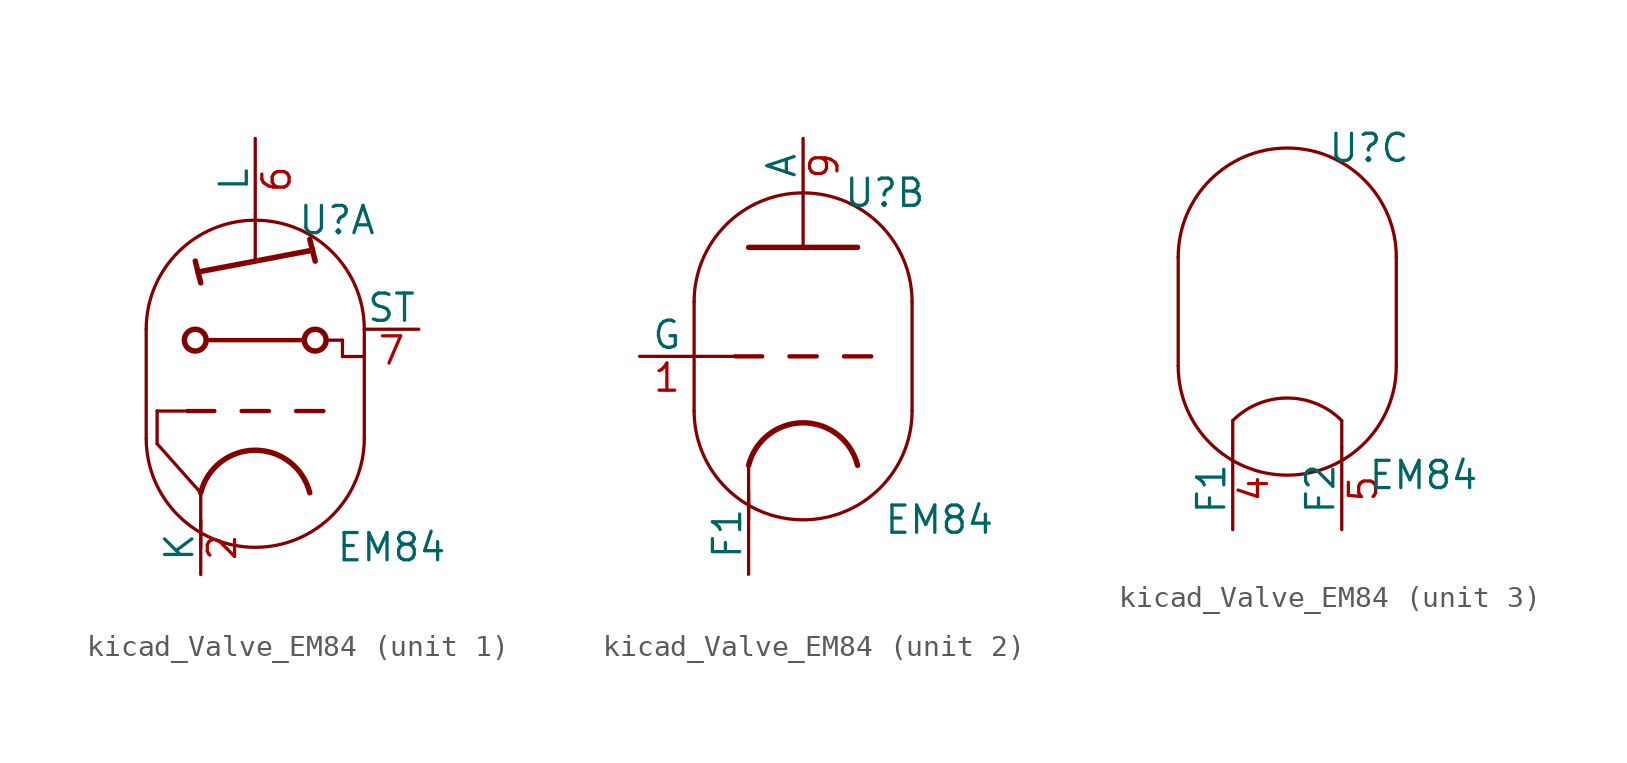
<source format=kicad_sym>
(kicad_symbol_lib
  (version 20220914)
  (generator kicad_symbol_editor)
  (symbol "kicad_Valve_EM84"
    (pin_names
      (offset 0))
    (property "Reference" "U"
      (at 3.81 7.62 0)
      (effects (font (size 1.27 1.27))))
    (property "Value" "EM84"
      (at 6.35 -7.62 0)
      (effects (font (size 1.27 1.27))))
    (property "ki_locked" ""
      (at 0 0 0)
      (effects (font (size 1.27 1.27))))
    (symbol "kicad_Valve_EM84_0_1"
      (arc (start -5.08 -2.54) (mid 0 -7.5979) (end 5.08 -2.54) (stroke (width 0) (type default)) (fill (type none)))
      (polyline (pts (xy 5.08 2.54) (xy 5.08 -2.54)) (stroke (width 0) (type default)) (fill (type none)))
      (polyline (pts (xy -5.08 2.54) (xy -5.08 -2.54) (xy -5.08 -2.54)) (stroke (width 0) (type default)) (fill (type none)))
      (arc (start 5.08 2.54) (mid 0 7.5979) (end -5.08 2.54) (stroke (width 0) (type default)) (fill (type none))))
    (symbol "kicad_Valve_EM84_1_0"
      (polyline (pts (xy -2.54 -5.08) (xy -2.54 -7.62)) (stroke (width 0) (type default)) (fill (type none))))
    (symbol "kicad_Valve_EM84_1_1"
      (circle (center -2.794 2.032) (radius 0.508) (stroke (width 0.254) (type default)) (fill (type none)))
      (polyline (pts (xy -4.572 -2.794) (xy -2.54 -5.08)) (stroke (width 0) (type default)) (fill (type none)))
      (polyline (pts (xy -4.572 -1.27) (xy -4.572 -2.794)) (stroke (width 0) (type default)) (fill (type none)))
      (polyline (pts (xy -3.302 -1.27) (xy -4.572 -1.27)) (stroke (width 0) (type default)) (fill (type none)))
      (polyline (pts (xy -2.794 5.715) (xy -2.54 4.699)) (stroke (width 0.254) (type default)) (fill (type none)))
      (polyline (pts (xy -2.286 2.032) (xy 2.286 2.032)) (stroke (width 0.203) (type default)) (fill (type none)))
      (polyline (pts (xy -1.905 -1.27) (xy -3.175 -1.27)) (stroke (width 0.203) (type default)) (fill (type none)))
      (polyline (pts (xy -0.635 -1.27) (xy 0.635 -1.27)) (stroke (width 0.203) (type default)) (fill (type none)))
      (polyline (pts (xy 1.905 -1.27) (xy 3.175 -1.27)) (stroke (width 0.203) (type default)) (fill (type none)))
      (polyline (pts (xy 2.54 6.731) (xy 2.794 5.715)) (stroke (width 0.254) (type default)) (fill (type none)))
      (polyline (pts (xy 3.302 2.032) (xy 4.064 2.032)) (stroke (width 0) (type default)) (fill (type none)))
      (polyline (pts (xy 4.064 1.27) (xy 5.08 1.27)) (stroke (width 0) (type default)) (fill (type none)))
      (polyline (pts (xy 4.064 2.032) (xy 4.064 1.27)) (stroke (width 0) (type default)) (fill (type none)))
      (polyline (pts (xy -2.667 5.207) (xy 2.667 6.223) (xy 2.667 6.223)) (stroke (width 0.254) (type default)) (fill (type none)))
      (polyline (pts (xy 0 7.62) (xy 0 5.715) (xy 0 5.715)) (stroke (width 0) (type default)) (fill (type none)))
      (arc (start 2.54 -5.08) (mid 0 -3.0968) (end -2.54 -5.08) (stroke (width 0.254) (type default)) (fill (type none)))
      (circle (center 2.794 2.032) (radius 0.508) (stroke (width 0.254) (type default)) (fill (type none)))
      (pin bidirectional line (at -2.54 -8.89 90) (length 2.54) (name "K" (effects (font (size 1.27 1.27)))) (number "2" (effects (font (size 1.27 1.27)))))
      (pin output line (at 0 11.43 270) (length 3.81) (name "L" (effects (font (size 1.27 1.27)))) (number "6" (effects (font (size 1.27 1.27)))))
      (pin input line (at 7.62 2.54 180) (length 2.54) (name "ST" (effects (font (size 1.27 1.27)))) (number "7" (effects (font (size 1.27 1.27))))))
    (symbol "kicad_Valve_EM84_2_0"
      (polyline (pts (xy -2.54 -5.08) (xy -2.54 -7.62)) (stroke (width 0) (type default)) (fill (type none)))
      (polyline (pts (xy -0.635 0) (xy 0.635 0)) (stroke (width 0.203) (type default)) (fill (type none)))
      (polyline (pts (xy 1.905 0) (xy 3.175 0)) (stroke (width 0.203) (type default)) (fill (type none))))
    (symbol "kicad_Valve_EM84_2_1"
      (polyline (pts (xy -5.08 0) (xy -3.175 0)) (stroke (width 0) (type default)) (fill (type none)))
      (polyline (pts (xy -1.905 0) (xy -3.175 0)) (stroke (width 0.203) (type default)) (fill (type none)))
      (polyline (pts (xy 0 5.08) (xy 0 7.62)) (stroke (width 0) (type default)) (fill (type none)))
      (polyline (pts (xy 1.778 5.08) (xy 1.778 5.08)) (stroke (width 0) (type default)) (fill (type none)))
      (polyline (pts (xy -2.54 5.08) (xy 2.54 5.08) (xy 2.54 5.08)) (stroke (width 0.254) (type default)) (fill (type none)))
      (arc (start 2.54 -5.08) (mid 0 -3.0968) (end -2.54 -5.08) (stroke (width 0.254) (type default)) (fill (type none)))
      (pin input line (at -7.62 0 0) (length 2.54) (name "G" (effects (font (size 1.27 1.27)))) (number "1" (effects (font (size 1.27 1.27)))))
      (pin output line (at 0 10.16 270) (length 2.54) (name "A" (effects (font (size 1.27 1.27)))) (number "9" (effects (font (size 1.27 1.27)))))
      (pin power_in line (at -2.54 -10.16 90) (length 3.81) (name "F1" (effects (font (size 1.27 1.27)))) (number "~" (effects (font (size 1.27 1.27))))))
    (symbol "kicad_Valve_EM84_3_1"
      (polyline (pts (xy -2.54 -5.08) (xy -2.54 -6.35) (xy -2.54 -6.35)) (stroke (width 0) (type default)) (fill (type none)))
      (polyline (pts (xy 2.54 -5.08) (xy 2.54 -6.35) (xy 2.54 -6.35)) (stroke (width 0) (type default)) (fill (type none)))
      (arc (start 2.54 -5.08) (mid 0 -4.0279) (end -2.54 -5.08) (stroke (width 0) (type default)) (fill (type none)))
      (pin power_in line (at -2.54 -10.16 90) (length 3.81) (name "F1" (effects (font (size 1.27 1.27)))) (number "4" (effects (font (size 1.27 1.27)))))
      (pin power_in line (at 2.54 -10.16 90) (length 3.81) (name "F2" (effects (font (size 1.27 1.27)))) (number "5" (effects (font (size 1.27 1.27))))))))
</source>
